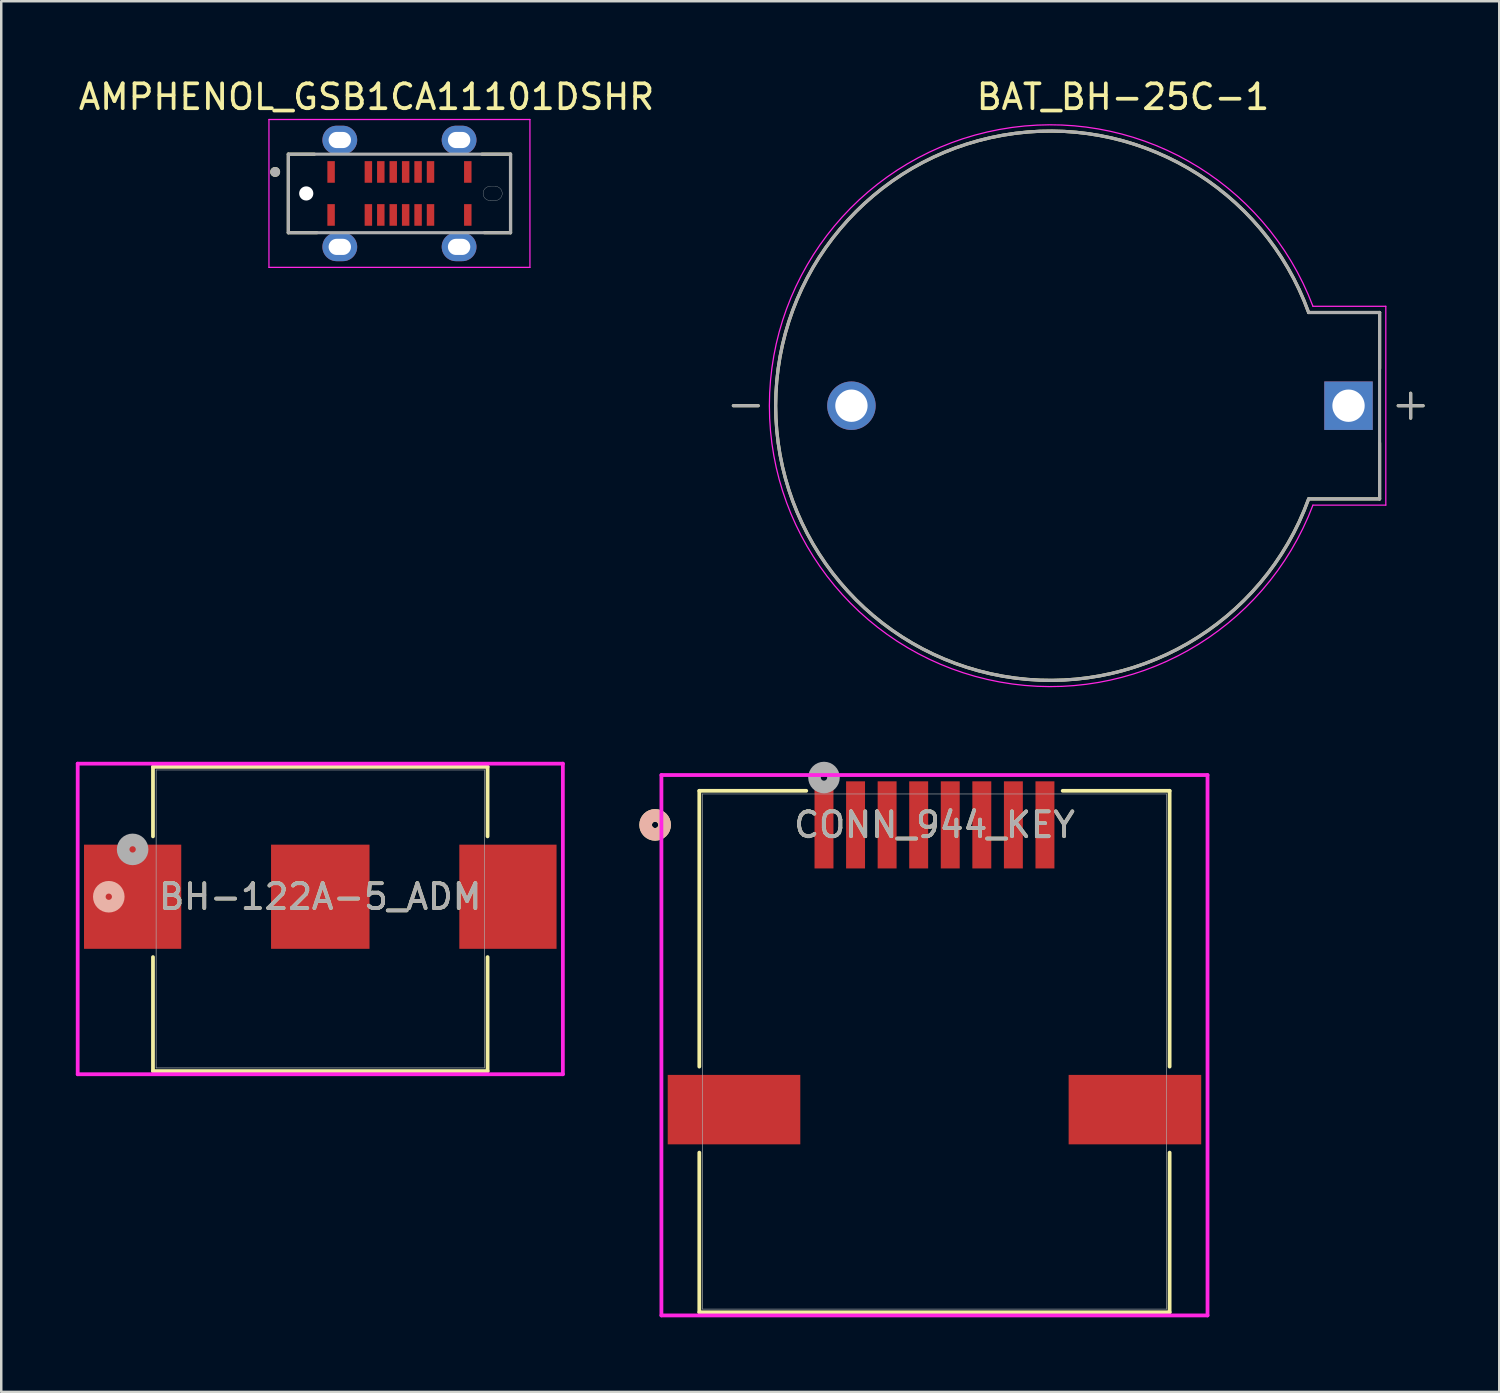
<source format=kicad_pcb>
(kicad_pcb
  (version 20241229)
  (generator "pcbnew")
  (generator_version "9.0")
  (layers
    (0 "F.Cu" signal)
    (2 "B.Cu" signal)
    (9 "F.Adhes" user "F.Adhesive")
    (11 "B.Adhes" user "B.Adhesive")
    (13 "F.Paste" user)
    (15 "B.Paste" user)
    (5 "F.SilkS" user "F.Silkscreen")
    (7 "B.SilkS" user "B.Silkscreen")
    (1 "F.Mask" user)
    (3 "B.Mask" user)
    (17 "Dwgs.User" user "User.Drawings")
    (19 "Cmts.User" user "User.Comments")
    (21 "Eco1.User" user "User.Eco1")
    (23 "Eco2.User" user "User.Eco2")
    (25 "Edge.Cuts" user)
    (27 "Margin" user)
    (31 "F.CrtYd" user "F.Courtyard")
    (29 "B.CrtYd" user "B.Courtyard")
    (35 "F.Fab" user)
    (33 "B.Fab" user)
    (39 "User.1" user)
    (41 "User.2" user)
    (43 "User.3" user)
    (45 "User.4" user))
  (footprint "AMPHENOL_GSB1CA11101DSHR"
    (layer "F.Cu")
    (at 13.021 4.733)
    (property "Reference" "AMPHENOL_GSB1CA11101DSHR" (at -1.325 -3.885 0) (layer "F.SilkS") (effects (font (size 1 1) (thickness 0.15))))
    (attr smd)
    (fp_poly (pts (xy -2.95 -1.35) (xy -2.55 -1.35) (xy -2.55 -0.38) (xy -2.95 -0.38)) (stroke (width 0.01) (type solid)) (fill yes) (layer "F.Mask"))
    (fp_poly (pts (xy -2.95 0.38) (xy -2.55 0.38) (xy -2.55 1.35) (xy -2.95 1.35)) (stroke (width 0.01) (type solid)) (fill yes) (layer "F.Mask"))
    (fp_poly (pts (xy -1.45 -1.35) (xy -1.05 -1.35) (xy -1.05 -0.38) (xy -1.45 -0.38)) (stroke (width 0.01) (type solid)) (fill yes) (layer "F.Mask"))
    (fp_poly (pts (xy -1.45 0.38) (xy -1.05 0.38) (xy -1.05 1.35) (xy -1.45 1.35)) (stroke (width 0.01) (type solid)) (fill yes) (layer "F.Mask"))
    (fp_poly (pts (xy -0.95 -1.35) (xy -0.55 -1.35) (xy -0.55 -0.38) (xy -0.95 -0.38)) (stroke (width 0.01) (type solid)) (fill yes) (layer "F.Mask"))
    (fp_poly (pts (xy -0.95 0.38) (xy -0.55 0.38) (xy -0.55 1.35) (xy -0.95 1.35)) (stroke (width 0.01) (type solid)) (fill yes) (layer "F.Mask"))
    (fp_poly (pts (xy -0.45 -1.35) (xy -0.05 -1.35) (xy -0.05 -0.38) (xy -0.45 -0.38)) (stroke (width 0.01) (type solid)) (fill yes) (layer "F.Mask"))
    (fp_poly (pts (xy -0.45 0.38) (xy -0.05 0.38) (xy -0.05 1.35) (xy -0.45 1.35)) (stroke (width 0.01) (type solid)) (fill yes) (layer "F.Mask"))
    (fp_poly (pts (xy 0.05 -1.35) (xy 0.45 -1.35) (xy 0.45 -0.38) (xy 0.05 -0.38)) (stroke (width 0.01) (type solid)) (fill yes) (layer "F.Mask"))
    (fp_poly (pts (xy 0.05 0.38) (xy 0.45 0.38) (xy 0.45 1.35) (xy 0.05 1.35)) (stroke (width 0.01) (type solid)) (fill yes) (layer "F.Mask"))
    (fp_poly (pts (xy 0.55 -1.35) (xy 0.95 -1.35) (xy 0.95 -0.38) (xy 0.55 -0.38)) (stroke (width 0.01) (type solid)) (fill yes) (layer "F.Mask"))
    (fp_poly (pts (xy 0.55 0.38) (xy 0.95 0.38) (xy 0.95 1.35) (xy 0.55 1.35)) (stroke (width 0.01) (type solid)) (fill yes) (layer "F.Mask"))
    (fp_poly (pts (xy 1.05 -1.35) (xy 1.45 -1.35) (xy 1.45 -0.38) (xy 1.05 -0.38)) (stroke (width 0.01) (type solid)) (fill yes) (layer "F.Mask"))
    (fp_poly (pts (xy 1.05 0.38) (xy 1.45 0.38) (xy 1.45 1.35) (xy 1.05 1.35)) (stroke (width 0.01) (type solid)) (fill yes) (layer "F.Mask"))
    (fp_poly (pts (xy 2.55 -1.35) (xy 2.95 -1.35) (xy 2.95 -0.38) (xy 2.55 -0.38)) (stroke (width 0.01) (type solid)) (fill yes) (layer "F.Mask"))
    (fp_poly (pts (xy 2.55 0.38) (xy 2.95 0.38) (xy 2.95 1.35) (xy 2.55 1.35)) (stroke (width 0.01) (type solid)) (fill yes) (layer "F.Mask"))
    (fp_poly (pts (xy 3.65 -0.385) (xy 3.63 -0.384) (xy 3.61 -0.383) (xy 3.59 -0.38) (xy 3.57 -0.377) (xy 3.55 -0.372) (xy 3.531 -0.366) (xy 3.512 -0.359) (xy 3.493 -0.352) (xy 3.475 -0.343) (xy 3.458 -0.333) (xy 3.44 -0.323) (xy 3.424 -0.311) (xy 3.408 -0.299) (xy 3.392 -0.286) (xy 3.378 -0.272) (xy 3.364 -0.258) (xy 3.351 -0.242) (xy 3.339 -0.226) (xy 3.327 -0.21) (xy 3.317 -0.192) (xy 3.307 -0.175) (xy 3.298 -0.157) (xy 3.291 -0.138) (xy 3.284 -0.119) (xy 3.278 -0.1) (xy 3.273 -0.08) (xy 3.27 -0.06) (xy 3.267 -0.04) (xy 3.266 -0.02) (xy 3.265 0) (xy 3.266 0.02) (xy 3.267 0.04) (xy 3.27 0.06) (xy 3.273 0.08) (xy 3.278 0.1) (xy 3.284 0.119) (xy 3.291 0.138) (xy 3.298 0.157) (xy 3.307 0.175) (xy 3.317 0.193) (xy 3.327 0.21) (xy 3.339 0.226) (xy 3.351 0.242) (xy 3.364 0.258) (xy 3.378 0.272) (xy 3.392 0.286) (xy 3.408 0.299) (xy 3.424 0.311) (xy 3.44 0.323) (xy 3.457 0.333) (xy 3.475 0.343) (xy 3.493 0.352) (xy 3.512 0.359) (xy 3.531 0.366) (xy 3.55 0.372) (xy 3.57 0.377) (xy 3.59 0.38) (xy 3.61 0.383) (xy 3.63 0.384) (xy 3.65 0.385) (xy 3.85 0.385) (xy 3.87 0.384) (xy 3.89 0.383) (xy 3.91 0.38) (xy 3.93 0.377) (xy 3.95 0.372) (xy 3.969 0.366) (xy 3.988 0.359) (xy 4.007 0.352) (xy 4.025 0.343) (xy 4.043 0.333) (xy 4.06 0.323) (xy 4.076 0.311) (xy 4.092 0.299) (xy 4.108 0.286) (xy 4.122 0.272) (xy 4.136 0.258) (xy 4.149 0.242) (xy 4.161 0.226) (xy 4.173 0.21) (xy 4.183 0.192) (xy 4.193 0.175) (xy 4.202 0.157) (xy 4.209 0.138) (xy 4.216 0.119) (xy 4.222 0.1) (xy 4.227 0.08) (xy 4.23 0.06) (xy 4.233 0.04) (xy 4.234 0.02) (xy 4.235 0) (xy 4.234 -0.02) (xy 4.233 -0.04) (xy 4.23 -0.06) (xy 4.227 -0.08) (xy 4.222 -0.1) (xy 4.216 -0.119) (xy 4.209 -0.138) (xy 4.202 -0.157) (xy 4.193 -0.175) (xy 4.183 -0.192) (xy 4.173 -0.21) (xy 4.161 -0.226) (xy 4.149 -0.242) (xy 4.136 -0.258) (xy 4.122 -0.272) (xy 4.108 -0.286) (xy 4.092 -0.299) (xy 4.076 -0.311) (xy 4.06 -0.323) (xy 4.043 -0.333) (xy 4.025 -0.343) (xy 4.007 -0.352) (xy 3.988 -0.359) (xy 3.969 -0.366) (xy 3.95 -0.372) (xy 3.93 -0.377) (xy 3.91 -0.38) (xy 3.89 -0.383) (xy 3.87 -0.384) (xy 3.85 -0.385) (xy 3.65 -0.385)) (stroke (width 0.01) (type solid)) (fill yes) (layer "F.Mask"))
    (fp_poly (pts (xy 3.65 -0.385) (xy 3.63 -0.384) (xy 3.61 -0.383) (xy 3.59 -0.38) (xy 3.57 -0.377) (xy 3.55 -0.372) (xy 3.531 -0.366) (xy 3.512 -0.359) (xy 3.493 -0.352) (xy 3.475 -0.343) (xy 3.458 -0.333) (xy 3.44 -0.323) (xy 3.424 -0.311) (xy 3.408 -0.299) (xy 3.392 -0.286) (xy 3.378 -0.272) (xy 3.364 -0.258) (xy 3.351 -0.242) (xy 3.339 -0.226) (xy 3.327 -0.21) (xy 3.317 -0.192) (xy 3.307 -0.175) (xy 3.298 -0.157) (xy 3.291 -0.138) (xy 3.284 -0.119) (xy 3.278 -0.1) (xy 3.273 -0.08) (xy 3.27 -0.06) (xy 3.267 -0.04) (xy 3.266 -0.02) (xy 3.265 0) (xy 3.266 0.02) (xy 3.267 0.04) (xy 3.27 0.06) (xy 3.273 0.08) (xy 3.278 0.1) (xy 3.284 0.119) (xy 3.291 0.138) (xy 3.298 0.157) (xy 3.307 0.175) (xy 3.317 0.193) (xy 3.327 0.21) (xy 3.339 0.226) (xy 3.351 0.242) (xy 3.364 0.258) (xy 3.378 0.272) (xy 3.392 0.286) (xy 3.408 0.299) (xy 3.424 0.311) (xy 3.44 0.323) (xy 3.457 0.333) (xy 3.475 0.343) (xy 3.493 0.352) (xy 3.512 0.359) (xy 3.531 0.366) (xy 3.55 0.372) (xy 3.57 0.377) (xy 3.59 0.38) (xy 3.61 0.383) (xy 3.63 0.384) (xy 3.65 0.385) (xy 3.85 0.385) (xy 3.87 0.384) (xy 3.89 0.383) (xy 3.91 0.38) (xy 3.93 0.377) (xy 3.95 0.372) (xy 3.969 0.366) (xy 3.988 0.359) (xy 4.007 0.352) (xy 4.025 0.343) (xy 4.043 0.333) (xy 4.06 0.323) (xy 4.076 0.311) (xy 4.092 0.299) (xy 4.108 0.286) (xy 4.122 0.272) (xy 4.136 0.258) (xy 4.149 0.242) (xy 4.161 0.226) (xy 4.173 0.21) (xy 4.183 0.192) (xy 4.193 0.175) (xy 4.202 0.157) (xy 4.209 0.138) (xy 4.216 0.119) (xy 4.222 0.1) (xy 4.227 0.08) (xy 4.23 0.06) (xy 4.233 0.04) (xy 4.234 0.02) (xy 4.235 0) (xy 4.234 -0.02) (xy 4.233 -0.04) (xy 4.23 -0.06) (xy 4.227 -0.08) (xy 4.222 -0.1) (xy 4.216 -0.119) (xy 4.209 -0.138) (xy 4.202 -0.157) (xy 4.193 -0.175) (xy 4.183 -0.192) (xy 4.173 -0.21) (xy 4.161 -0.226) (xy 4.149 -0.242) (xy 4.136 -0.258) (xy 4.122 -0.272) (xy 4.108 -0.286) (xy 4.092 -0.299) (xy 4.076 -0.311) (xy 4.06 -0.323) (xy 4.043 -0.333) (xy 4.025 -0.343) (xy 4.007 -0.352) (xy 3.988 -0.359) (xy 3.969 -0.366) (xy 3.95 -0.372) (xy 3.93 -0.377) (xy 3.91 -0.38) (xy 3.89 -0.383) (xy 3.87 -0.384) (xy 3.85 -0.385) (xy 3.65 -0.385)) (stroke (width 0.01) (type solid)) (fill yes) (layer "B.Mask"))
    (fp_line (start -4.47 -1.58) (end -3.42 -1.58) (stroke (width 0.127) (type solid)) (layer "F.SilkS"))
    (fp_line (start -4.47 1.58) (end -4.47 -1.58) (stroke (width 0.127) (type solid)) (layer "F.SilkS"))
    (fp_line (start -3.32 1.58) (end -4.47 1.58) (stroke (width 0.127) (type solid)) (layer "F.SilkS"))
    (fp_line (start 3.32 -1.58) (end 4.47 -1.58) (stroke (width 0.127) (type solid)) (layer "F.SilkS"))
    (fp_line (start 4.47 -1.58) (end 4.47 1.58) (stroke (width 0.127) (type solid)) (layer "F.SilkS"))
    (fp_line (start 4.47 1.58) (end 3.42 1.58) (stroke (width 0.127) (type solid)) (layer "F.SilkS"))
    (fp_circle (center -5 -0.865) (end -4.9 -0.865) (stroke (width 0.2) (type solid)) (fill no) (layer "F.SilkS"))
    (fp_line (start 3.65 0.285) (end 3.85 0.285) (stroke (width 0.01) (type solid)) (layer "Edge.Cuts"))
    (fp_line (start 3.85 -0.285) (end 3.65 -0.285) (stroke (width 0.01) (type solid)) (layer "Edge.Cuts"))
    (fp_arc (start 3.365 0) (mid 3.448475 -0.201525) (end 3.65 -0.285) (stroke (width 0.01) (type solid)) (layer "Edge.Cuts"))
    (fp_arc (start 3.65 0.285) (mid 3.448475 0.201525) (end 3.365 0) (stroke (width 0.01) (type solid)) (layer "Edge.Cuts"))
    (fp_arc (start 3.85 -0.285) (mid 4.051525 -0.201525) (end 4.135 0) (stroke (width 0.01) (type solid)) (layer "Edge.Cuts"))
    (fp_arc (start 4.135 0) (mid 4.051525 0.201525) (end 3.85 0.285) (stroke (width 0.01) (type solid)) (layer "Edge.Cuts"))
    (fp_line (start -5.25 -2.975) (end 5.25 -2.975) (stroke (width 0.05) (type solid)) (layer "F.CrtYd"))
    (fp_line (start -5.25 2.975) (end -5.25 -2.975) (stroke (width 0.05) (type solid)) (layer "F.CrtYd"))
    (fp_line (start 5.25 -2.975) (end 5.25 2.975) (stroke (width 0.05) (type solid)) (layer "F.CrtYd"))
    (fp_line (start 5.25 2.975) (end -5.25 2.975) (stroke (width 0.05) (type solid)) (layer "F.CrtYd"))
    (fp_line (start -4.47 -1.58) (end 4.47 -1.58) (stroke (width 0.127) (type solid)) (layer "F.Fab"))
    (fp_line (start -4.47 1.58) (end -4.47 -1.58) (stroke (width 0.127) (type solid)) (layer "F.Fab"))
    (fp_line (start 4.47 -1.58) (end 4.47 1.58) (stroke (width 0.127) (type solid)) (layer "F.Fab"))
    (fp_line (start 4.47 1.58) (end -4.47 1.58) (stroke (width 0.127) (type solid)) (layer "F.Fab"))
    (fp_circle (center -5 -0.865) (end -4.9 -0.865) (stroke (width 0.2) (type solid)) (fill no) (layer "F.Fab"))
    (pad "" np_thru_hole circle (at -3.75 0) (size 0.57 0.57) (drill 0.57) (layers "*.Cu" "*.Mask"))
    (pad "A1" smd rect (at -2.75 -0.865) (size 0.3 0.87) (layers "F.Cu" "F.Paste"))
    (pad "A4" smd rect (at -1.25 -0.865) (size 0.3 0.87) (layers "F.Cu" "F.Paste"))
    (pad "A5" smd rect (at -0.75 -0.865) (size 0.3 0.87) (layers "F.Cu" "F.Paste"))
    (pad "A6" smd rect (at -0.25 -0.865) (size 0.3 0.87) (layers "F.Cu" "F.Paste"))
    (pad "A7" smd rect (at 0.25 -0.865) (size 0.3 0.87) (layers "F.Cu" "F.Paste"))
    (pad "A8" smd rect (at 0.75 -0.865) (size 0.3 0.87) (layers "F.Cu" "F.Paste"))
    (pad "A9" smd rect (at 1.25 -0.865) (size 0.3 0.87) (layers "F.Cu" "F.Paste"))
    (pad "A12" smd rect (at 2.75 -0.865) (size 0.3 0.87) (layers "F.Cu" "F.Paste"))
    (pad "B1" smd rect (at 2.75 0.865) (size 0.3 0.87) (layers "F.Cu" "F.Paste"))
    (pad "B4" smd rect (at 1.25 0.865) (size 0.3 0.87) (layers "F.Cu" "F.Paste"))
    (pad "B5" smd rect (at 0.75 0.865) (size 0.3 0.87) (layers "F.Cu" "F.Paste"))
    (pad "B6" smd rect (at 0.25 0.865) (size 0.3 0.87) (layers "F.Cu" "F.Paste"))
    (pad "B7" smd rect (at -0.25 0.865) (size 0.3 0.87) (layers "F.Cu" "F.Paste"))
    (pad "B8" smd rect (at -0.75 0.865) (size 0.3 0.87) (layers "F.Cu" "F.Paste"))
    (pad "B9" smd rect (at -1.25 0.865) (size 0.3 0.87) (layers "F.Cu" "F.Paste"))
    (pad "B12" smd rect (at -2.75 0.865) (size 0.3 0.87) (layers "F.Cu" "F.Paste"))
    (pad "SH1" thru_hole oval (at -2.4 -2.15) (size 1.4 1.15) (drill oval 0.9 0.65) (layers "*.Cu" "*.Mask"))
    (pad "SH2" thru_hole oval (at 2.4 -2.15) (size 1.4 1.15) (drill oval 0.9 0.65) (layers "*.Cu" "*.Mask"))
    (pad "SH3" thru_hole oval (at -2.4 2.15) (size 1.4 1.15) (drill oval 0.9 0.65) (layers "*.Cu" "*.Mask"))
    (pad "SH4" thru_hole oval (at 2.4 2.15) (size 1.4 1.15) (drill oval 0.9 0.65) (layers "*.Cu" "*.Mask")))
  (footprint "CONN_944_KEY"
    (layer "F.Cu")
    (at 34.547 39.257)
    (property "Reference" "CONN_944_KEY" (at 0 -9.119 0) (unlocked yes) (layer "F.SilkS") (effects (font (size 1 1) (thickness 0.15))))
    (attr smd)
    (fp_line (start -9.461 -10.49) (end -9.461 0.607) (stroke (width 0.152) (type solid)) (layer "F.SilkS"))
    (fp_line (start -9.461 4.067) (end -9.461 10.49) (stroke (width 0.152) (type solid)) (layer "F.SilkS"))
    (fp_line (start -9.461 10.49) (end 9.461 10.49) (stroke (width 0.152) (type solid)) (layer "F.SilkS"))
    (fp_line (start -5.159 -10.49) (end -9.461 -10.49) (stroke (width 0.152) (type solid)) (layer "F.SilkS"))
    (fp_line (start 9.461 -10.49) (end 5.159 -10.49) (stroke (width 0.152) (type solid)) (layer "F.SilkS"))
    (fp_line (start 9.461 0.607) (end 9.461 -10.49) (stroke (width 0.152) (type solid)) (layer "F.SilkS"))
    (fp_line (start 9.461 10.49) (end 9.461 4.067) (stroke (width 0.152) (type solid)) (layer "F.SilkS"))
    (fp_circle (center -11.239 -9.119) (end -10.858 -9.119) (stroke (width 0.508) (type solid)) (fill no) (layer "F.SilkS"))
    (fp_circle (center -11.239 -9.119) (end -10.858 -9.119) (stroke (width 0.508) (type solid)) (fill no) (layer "B.SilkS"))
    (fp_line (start -10.986 -11.125) (end -10.986 10.617) (stroke (width 0.152) (type solid)) (layer "F.CrtYd"))
    (fp_line (start -10.986 10.617) (end 10.986 10.617) (stroke (width 0.152) (type solid)) (layer "F.CrtYd"))
    (fp_line (start 10.986 -11.125) (end -10.986 -11.125) (stroke (width 0.152) (type solid)) (layer "F.CrtYd"))
    (fp_line (start 10.986 10.617) (end 10.986 -11.125) (stroke (width 0.152) (type solid)) (layer "F.CrtYd"))
    (fp_line (start -9.335 -10.363) (end -9.335 10.363) (stroke (width 0.025) (type solid)) (layer "F.Fab"))
    (fp_line (start -9.335 10.363) (end 9.335 10.363) (stroke (width 0.025) (type solid)) (layer "F.Fab"))
    (fp_line (start 9.335 -10.363) (end -9.335 -10.363) (stroke (width 0.025) (type solid)) (layer "F.Fab"))
    (fp_line (start 9.335 10.363) (end 9.335 -10.363) (stroke (width 0.025) (type solid)) (layer "F.Fab"))
    (fp_circle (center -4.445 -11.024) (end -4.064 -11.024) (stroke (width 0.508) (type solid)) (fill no) (layer "F.Fab"))
    (fp_text user "${REFERENCE}" (at 0 -9.119 0) (unlocked yes) (layer "F.Fab") (effects (font (size 1 1) (thickness 0.15))))
    (pad "1" smd rect (at -4.445 -9.119) (size 0.762 3.505) (layers "F.Cu" "F.Mask" "F.Paste"))
    (pad "2" smd rect (at -3.175 -9.119) (size 0.762 3.505) (layers "F.Cu" "F.Mask" "F.Paste"))
    (pad "3" smd rect (at -1.905 -9.119) (size 0.762 3.505) (layers "F.Cu" "F.Mask" "F.Paste"))
    (pad "4" smd rect (at -0.635 -9.119) (size 0.762 3.505) (layers "F.Cu" "F.Mask" "F.Paste"))
    (pad "5" smd rect (at 0.635 -9.119) (size 0.762 3.505) (layers "F.Cu" "F.Mask" "F.Paste"))
    (pad "6" smd rect (at 1.905 -9.119) (size 0.762 3.505) (layers "F.Cu" "F.Mask" "F.Paste"))
    (pad "7" smd rect (at 3.175 -9.119) (size 0.762 3.505) (layers "F.Cu" "F.Mask" "F.Paste"))
    (pad "8" smd rect (at 4.445 -9.119) (size 0.762 3.505) (layers "F.Cu" "F.Mask" "F.Paste"))
    (pad "9" smd rect (at -8.065 2.337) (size 5.334 2.794) (layers "F.Cu" "F.Mask" "F.Paste"))
    (pad "10" smd rect (at 8.065 2.337) (size 5.334 2.794) (layers "F.Cu" "F.Mask" "F.Paste")))
  (footprint "BH-122A-5_ADM"
    (layer "F.Cu")
    (at 9.836 33.923)
    (property "Reference" "BH-122A-5_ADM" (at 0 -0.894 0) (unlocked yes) (layer "F.SilkS") (effects (font (size 1 1) (thickness 0.15))))
    (attr smd)
    (fp_line (start -6.731 -6.121) (end -6.731 -3.323) (stroke (width 0.152) (type solid)) (layer "F.SilkS"))
    (fp_line (start -6.731 1.534) (end -6.731 6.121) (stroke (width 0.152) (type solid)) (layer "F.SilkS"))
    (fp_line (start -6.731 6.121) (end 6.731 6.121) (stroke (width 0.152) (type solid)) (layer "F.SilkS"))
    (fp_line (start 6.731 -6.121) (end -6.731 -6.121) (stroke (width 0.152) (type solid)) (layer "F.SilkS"))
    (fp_line (start 6.731 -3.323) (end 6.731 -6.121) (stroke (width 0.152) (type solid)) (layer "F.SilkS"))
    (fp_line (start 6.731 6.121) (end 6.731 1.534) (stroke (width 0.152) (type solid)) (layer "F.SilkS"))
    (fp_circle (center -8.509 -0.894) (end -8.128 -0.894) (stroke (width 0.508) (type solid)) (fill no) (layer "B.SilkS"))
    (fp_line (start -9.76 -6.248) (end -9.76 6.248) (stroke (width 0.152) (type solid)) (layer "F.CrtYd"))
    (fp_line (start -9.76 6.248) (end 9.76 6.248) (stroke (width 0.152) (type solid)) (layer "F.CrtYd"))
    (fp_line (start 9.76 -6.248) (end -9.76 -6.248) (stroke (width 0.152) (type solid)) (layer "F.CrtYd"))
    (fp_line (start 9.76 6.248) (end 9.76 -6.248) (stroke (width 0.152) (type solid)) (layer "F.CrtYd"))
    (fp_line (start -6.604 -5.994) (end -6.604 5.994) (stroke (width 0.025) (type solid)) (layer "F.Fab"))
    (fp_line (start -6.604 5.994) (end 6.604 5.994) (stroke (width 0.025) (type solid)) (layer "F.Fab"))
    (fp_line (start 6.604 -5.994) (end -6.604 -5.994) (stroke (width 0.025) (type solid)) (layer "F.Fab"))
    (fp_line (start 6.604 5.994) (end 6.604 -5.994) (stroke (width 0.025) (type solid)) (layer "F.Fab"))
    (fp_circle (center -7.55 -2.799) (end -7.169 -2.799) (stroke (width 0.508) (type solid)) (fill no) (layer "F.Fab"))
    (fp_text user "${REFERENCE}" (at 0 -0.894 0) (unlocked yes) (layer "F.Fab") (effects (font (size 1 1) (thickness 0.15))))
    (pad "1" smd rect (at -7.55 -0.894) (size 3.912 4.191) (layers "F.Cu" "F.Mask" "F.Paste"))
    (pad "2" smd rect (at 7.55 -0.894) (size 3.912 4.191) (layers "F.Cu" "F.Mask" "F.Paste"))
    (pad "3" smd rect (at 0 -0.894) (size 3.962 4.191) (layers "F.Cu" "F.Mask" "F.Paste")))
  (footprint "BAT_BH-25C-1"
    (layer "F.Cu")
    (at 39.206 13.273)
    (property "Reference" "BAT_BH-25C-1" (at 2.925 -12.425 0) (layer "F.SilkS") (effects (font (size 1 1) (thickness 0.15))))
    (attr through_hole)
    (fp_line (start -12.75 0) (end -11.75 0) (stroke (width 0.127) (type solid)) (layer "F.SilkS"))
    (fp_line (start 10.394 3.75) (end 13.25 3.75) (stroke (width 0.127) (type solid)) (layer "F.SilkS"))
    (fp_line (start 13.25 -3.75) (end 10.394 -3.75) (stroke (width 0.127) (type solid)) (layer "F.SilkS"))
    (fp_line (start 13.25 -3.75) (end 13.25 -1.5) (stroke (width 0.127) (type solid)) (layer "F.SilkS"))
    (fp_line (start 13.25 3.75) (end 13.25 1.5) (stroke (width 0.127) (type solid)) (layer "F.SilkS"))
    (fp_line (start 14 0) (end 15 0) (stroke (width 0.127) (type solid)) (layer "F.SilkS"))
    (fp_line (start 14.5 -0.5) (end 14.5 0.5) (stroke (width 0.127) (type solid)) (layer "F.SilkS"))
    (fp_arc (start 10.3942 3.75) (mid -11.048137 0) (end 10.3942 -3.75) (stroke (width 0.127) (type solid)) (layer "F.SilkS"))
    (fp_line (start 10.568 4) (end 13.5 4) (stroke (width 0.05) (type solid)) (layer "F.CrtYd"))
    (fp_line (start 13.5 -4) (end 10.568 -4) (stroke (width 0.05) (type solid)) (layer "F.CrtYd"))
    (fp_line (start 13.5 4) (end 13.5 -4) (stroke (width 0.05) (type solid)) (layer "F.CrtYd"))
    (fp_arc (start 10.5684 4) (mid -11.301118 0) (end 10.5684 -4) (stroke (width 0.05) (type solid)) (layer "F.CrtYd"))
    (fp_line (start -11.75 0) (end -12.75 0) (stroke (width 0.127) (type solid)) (layer "F.Fab"))
    (fp_line (start 10.394 3.75) (end 13.25 3.75) (stroke (width 0.127) (type solid)) (layer "F.Fab"))
    (fp_line (start 13.25 -3.75) (end 10.394 -3.75) (stroke (width 0.127) (type solid)) (layer "F.Fab"))
    (fp_line (start 13.25 3.75) (end 13.25 -3.75) (stroke (width 0.127) (type solid)) (layer "F.Fab"))
    (fp_line (start 14 0) (end 15 0) (stroke (width 0.127) (type solid)) (layer "F.Fab"))
    (fp_line (start 14.5 -0.5) (end 14.5 0.5) (stroke (width 0.127) (type solid)) (layer "F.Fab"))
    (fp_arc (start 10.3942 3.75) (mid -11.048137 0) (end 10.3942 -3.75) (stroke (width 0.127) (type solid)) (layer "F.Fab"))
    (pad "N" thru_hole circle (at -8 0) (size 1.95 1.95) (drill 1.3) (layers "*.Cu" "*.Mask"))
    (pad "P" thru_hole rect (at 12 0) (size 1.95 1.95) (drill 1.3) (layers "*.Cu" "*.Mask")))
  (gr_rect
    (start -3 -3)
    (end 57.27 52.951)
    (stroke (width 0.1) (type default))
    (fill no)
    (layer "Edge.Cuts")))
</source>
